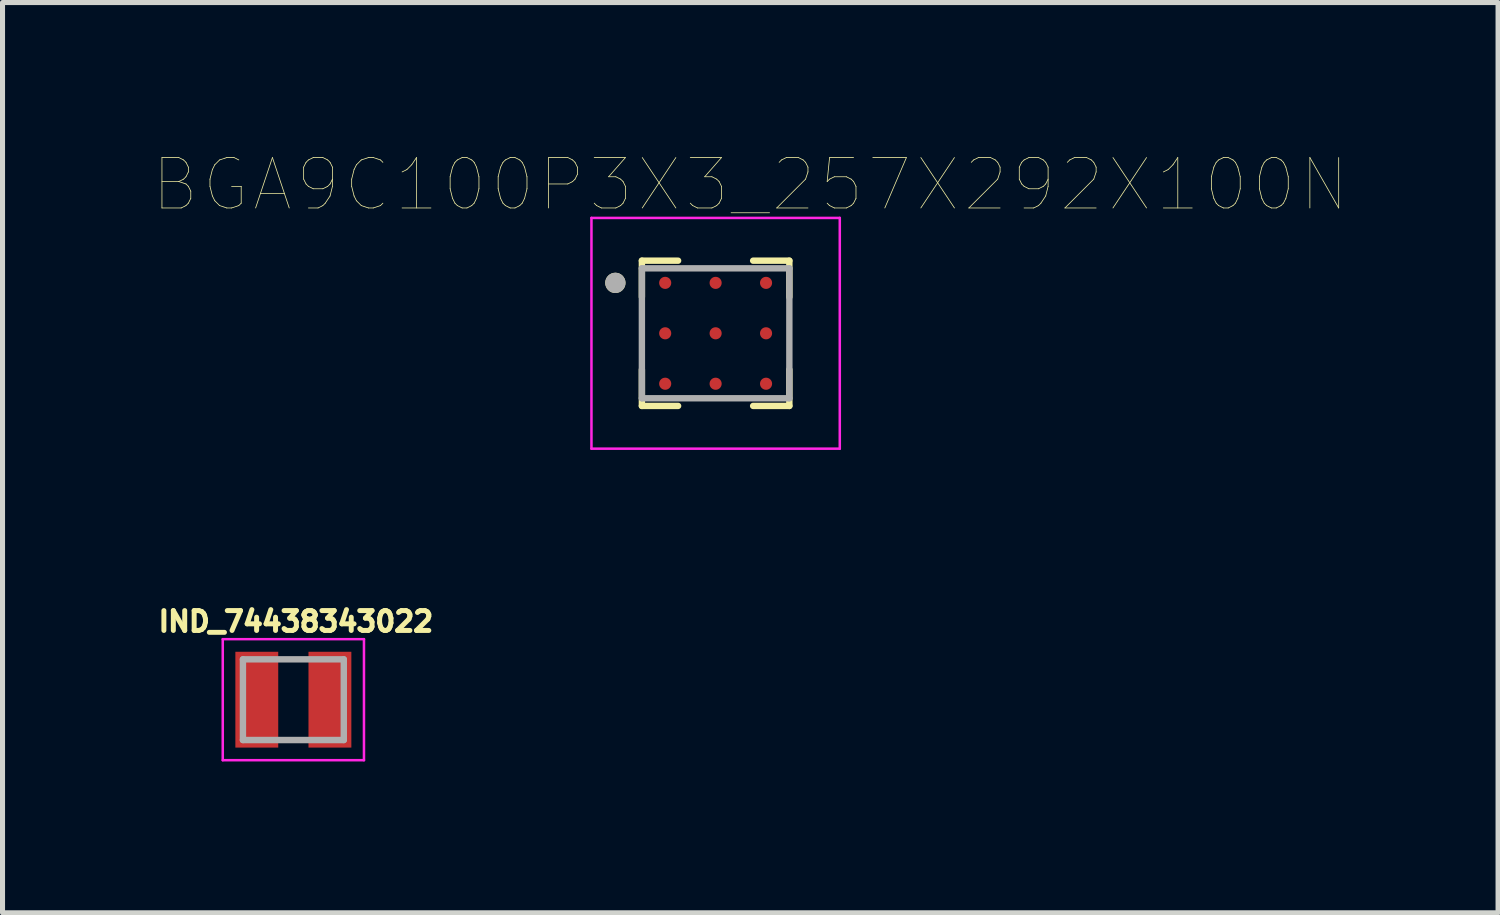
<source format=kicad_pcb>
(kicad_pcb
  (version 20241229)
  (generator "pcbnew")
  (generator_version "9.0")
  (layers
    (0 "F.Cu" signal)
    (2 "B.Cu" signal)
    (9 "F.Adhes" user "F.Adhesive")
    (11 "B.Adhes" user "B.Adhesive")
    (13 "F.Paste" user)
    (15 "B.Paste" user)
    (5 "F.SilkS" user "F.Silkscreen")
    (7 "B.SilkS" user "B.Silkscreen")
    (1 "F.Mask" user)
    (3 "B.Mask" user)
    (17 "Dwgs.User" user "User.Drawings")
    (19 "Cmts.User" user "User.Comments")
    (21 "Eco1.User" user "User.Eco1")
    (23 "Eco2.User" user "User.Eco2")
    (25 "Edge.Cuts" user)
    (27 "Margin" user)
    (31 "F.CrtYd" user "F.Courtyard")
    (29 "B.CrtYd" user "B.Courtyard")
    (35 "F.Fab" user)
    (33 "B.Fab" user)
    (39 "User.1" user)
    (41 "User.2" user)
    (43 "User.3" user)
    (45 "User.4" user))
  (footprint "BGA9C100P3X3_257X292X100N"
    (layer "F.Cu")
    (at 11.14 3.559)
    (property "Reference" "BGA9C100P3X3_257X292X100N" (at 0.688 -2.947 0) (layer "F.SilkS") (effects (font (size 1 1) (thickness 0.015))))
    (attr through_hole)
    (fp_line (start -1.462 -1.44) (end -1.462 -0.72) (stroke (width 0.127) (type solid)) (layer "F.SilkS"))
    (fp_line (start -1.462 -1.44) (end -0.744 -1.44) (stroke (width 0.127) (type solid)) (layer "F.SilkS"))
    (fp_line (start -1.462 1.44) (end -1.462 0.72) (stroke (width 0.127) (type solid)) (layer "F.SilkS"))
    (fp_line (start -1.462 1.44) (end -0.744 1.44) (stroke (width 0.127) (type solid)) (layer "F.SilkS"))
    (fp_line (start 1.462 -1.44) (end 0.744 -1.44) (stroke (width 0.127) (type solid)) (layer "F.SilkS"))
    (fp_line (start 1.462 -1.44) (end 1.462 -0.72) (stroke (width 0.127) (type solid)) (layer "F.SilkS"))
    (fp_line (start 1.462 1.44) (end 0.744 1.44) (stroke (width 0.127) (type solid)) (layer "F.SilkS"))
    (fp_line (start 1.462 1.44) (end 1.462 0.72) (stroke (width 0.127) (type solid)) (layer "F.SilkS"))
    (fp_circle (center -1.988 -1) (end -1.887 -1) (stroke (width 0.2) (type solid)) (fill no) (layer "F.SilkS"))
    (fp_line (start -2.462 -2.288) (end 2.462 -2.288) (stroke (width 0.05) (type solid)) (layer "F.CrtYd"))
    (fp_line (start -2.462 2.288) (end -2.462 -2.288) (stroke (width 0.05) (type solid)) (layer "F.CrtYd"))
    (fp_line (start -2.462 2.288) (end 2.462 2.288) (stroke (width 0.05) (type solid)) (layer "F.CrtYd"))
    (fp_line (start 2.462 2.288) (end 2.462 -2.288) (stroke (width 0.05) (type solid)) (layer "F.CrtYd"))
    (fp_line (start -1.462 1.288) (end -1.462 -1.288) (stroke (width 0.127) (type solid)) (layer "F.Fab"))
    (fp_line (start 1.462 -1.288) (end -1.462 -1.288) (stroke (width 0.127) (type solid)) (layer "F.Fab"))
    (fp_line (start 1.462 1.288) (end -1.462 1.288) (stroke (width 0.127) (type solid)) (layer "F.Fab"))
    (fp_line (start 1.462 1.288) (end 1.462 -1.288) (stroke (width 0.127) (type solid)) (layer "F.Fab"))
    (fp_circle (center -1.988 -1) (end -1.887 -1) (stroke (width 0.2) (type solid)) (fill no) (layer "F.Fab"))
    (pad "A1" smd circle (at -1 -1) (size 0.24 0.24) (layers "F.Cu" "F.Mask" "F.Paste"))
    (pad "A2" smd circle (at 0 -1) (size 0.24 0.24) (layers "F.Cu" "F.Mask" "F.Paste"))
    (pad "A3" smd circle (at 1 -1) (size 0.24 0.24) (layers "F.Cu" "F.Mask" "F.Paste"))
    (pad "B1" smd circle (at -1 0) (size 0.24 0.24) (layers "F.Cu" "F.Mask" "F.Paste"))
    (pad "B2" smd circle (at 0 0) (size 0.24 0.24) (layers "F.Cu" "F.Mask" "F.Paste"))
    (pad "B3" smd circle (at 1 0) (size 0.24 0.24) (layers "F.Cu" "F.Mask" "F.Paste"))
    (pad "C1" smd circle (at -1 1) (size 0.24 0.24) (layers "F.Cu" "F.Mask" "F.Paste"))
    (pad "C2" smd circle (at 0 1) (size 0.24 0.24) (layers "F.Cu" "F.Mask" "F.Paste"))
    (pad "C3" smd circle (at 1 1) (size 0.24 0.24) (layers "F.Cu" "F.Mask" "F.Paste")))
  (footprint "IND_74438343022"
    (layer "F.Cu")
    (at 2.767 10.824)
    (property "Reference" "IND_74438343022" (at 0.05 -1.55 0) (layer "F.SilkS") (effects (font (size 0.394 0.394) (thickness 0.15))))
    (attr through_hole)
    (fp_line (start -1.4 -1.2) (end 1.4 -1.2) (stroke (width 0.05) (type solid)) (layer "F.CrtYd"))
    (fp_line (start -1.4 1.2) (end -1.4 -1.2) (stroke (width 0.05) (type solid)) (layer "F.CrtYd"))
    (fp_line (start -1.4 1.2) (end 1.4 1.2) (stroke (width 0.05) (type solid)) (layer "F.CrtYd"))
    (fp_line (start 1.4 1.2) (end 1.4 -1.2) (stroke (width 0.05) (type solid)) (layer "F.CrtYd"))
    (fp_line (start -1 0.8) (end -1 -0.8) (stroke (width 0.127) (type solid)) (layer "F.Fab"))
    (fp_line (start 1 -0.8) (end -1 -0.8) (stroke (width 0.127) (type solid)) (layer "F.Fab"))
    (fp_line (start 1 0.8) (end -1 0.8) (stroke (width 0.127) (type solid)) (layer "F.Fab"))
    (fp_line (start 1 0.8) (end 1 -0.8) (stroke (width 0.127) (type solid)) (layer "F.Fab"))
    (pad "1" smd rect (at -0.725 0) (size 0.85 1.9) (layers "F.Cu" "F.Mask" "F.Paste"))
    (pad "2" smd rect (at 0.725 0) (size 0.85 1.9) (layers "F.Cu" "F.Mask" "F.Paste")))
  (gr_rect
    (start -3 -3)
    (end 26.655 15.049)
    (stroke (width 0.1) (type default))
    (fill no)
    (layer "Edge.Cuts")))
</source>
